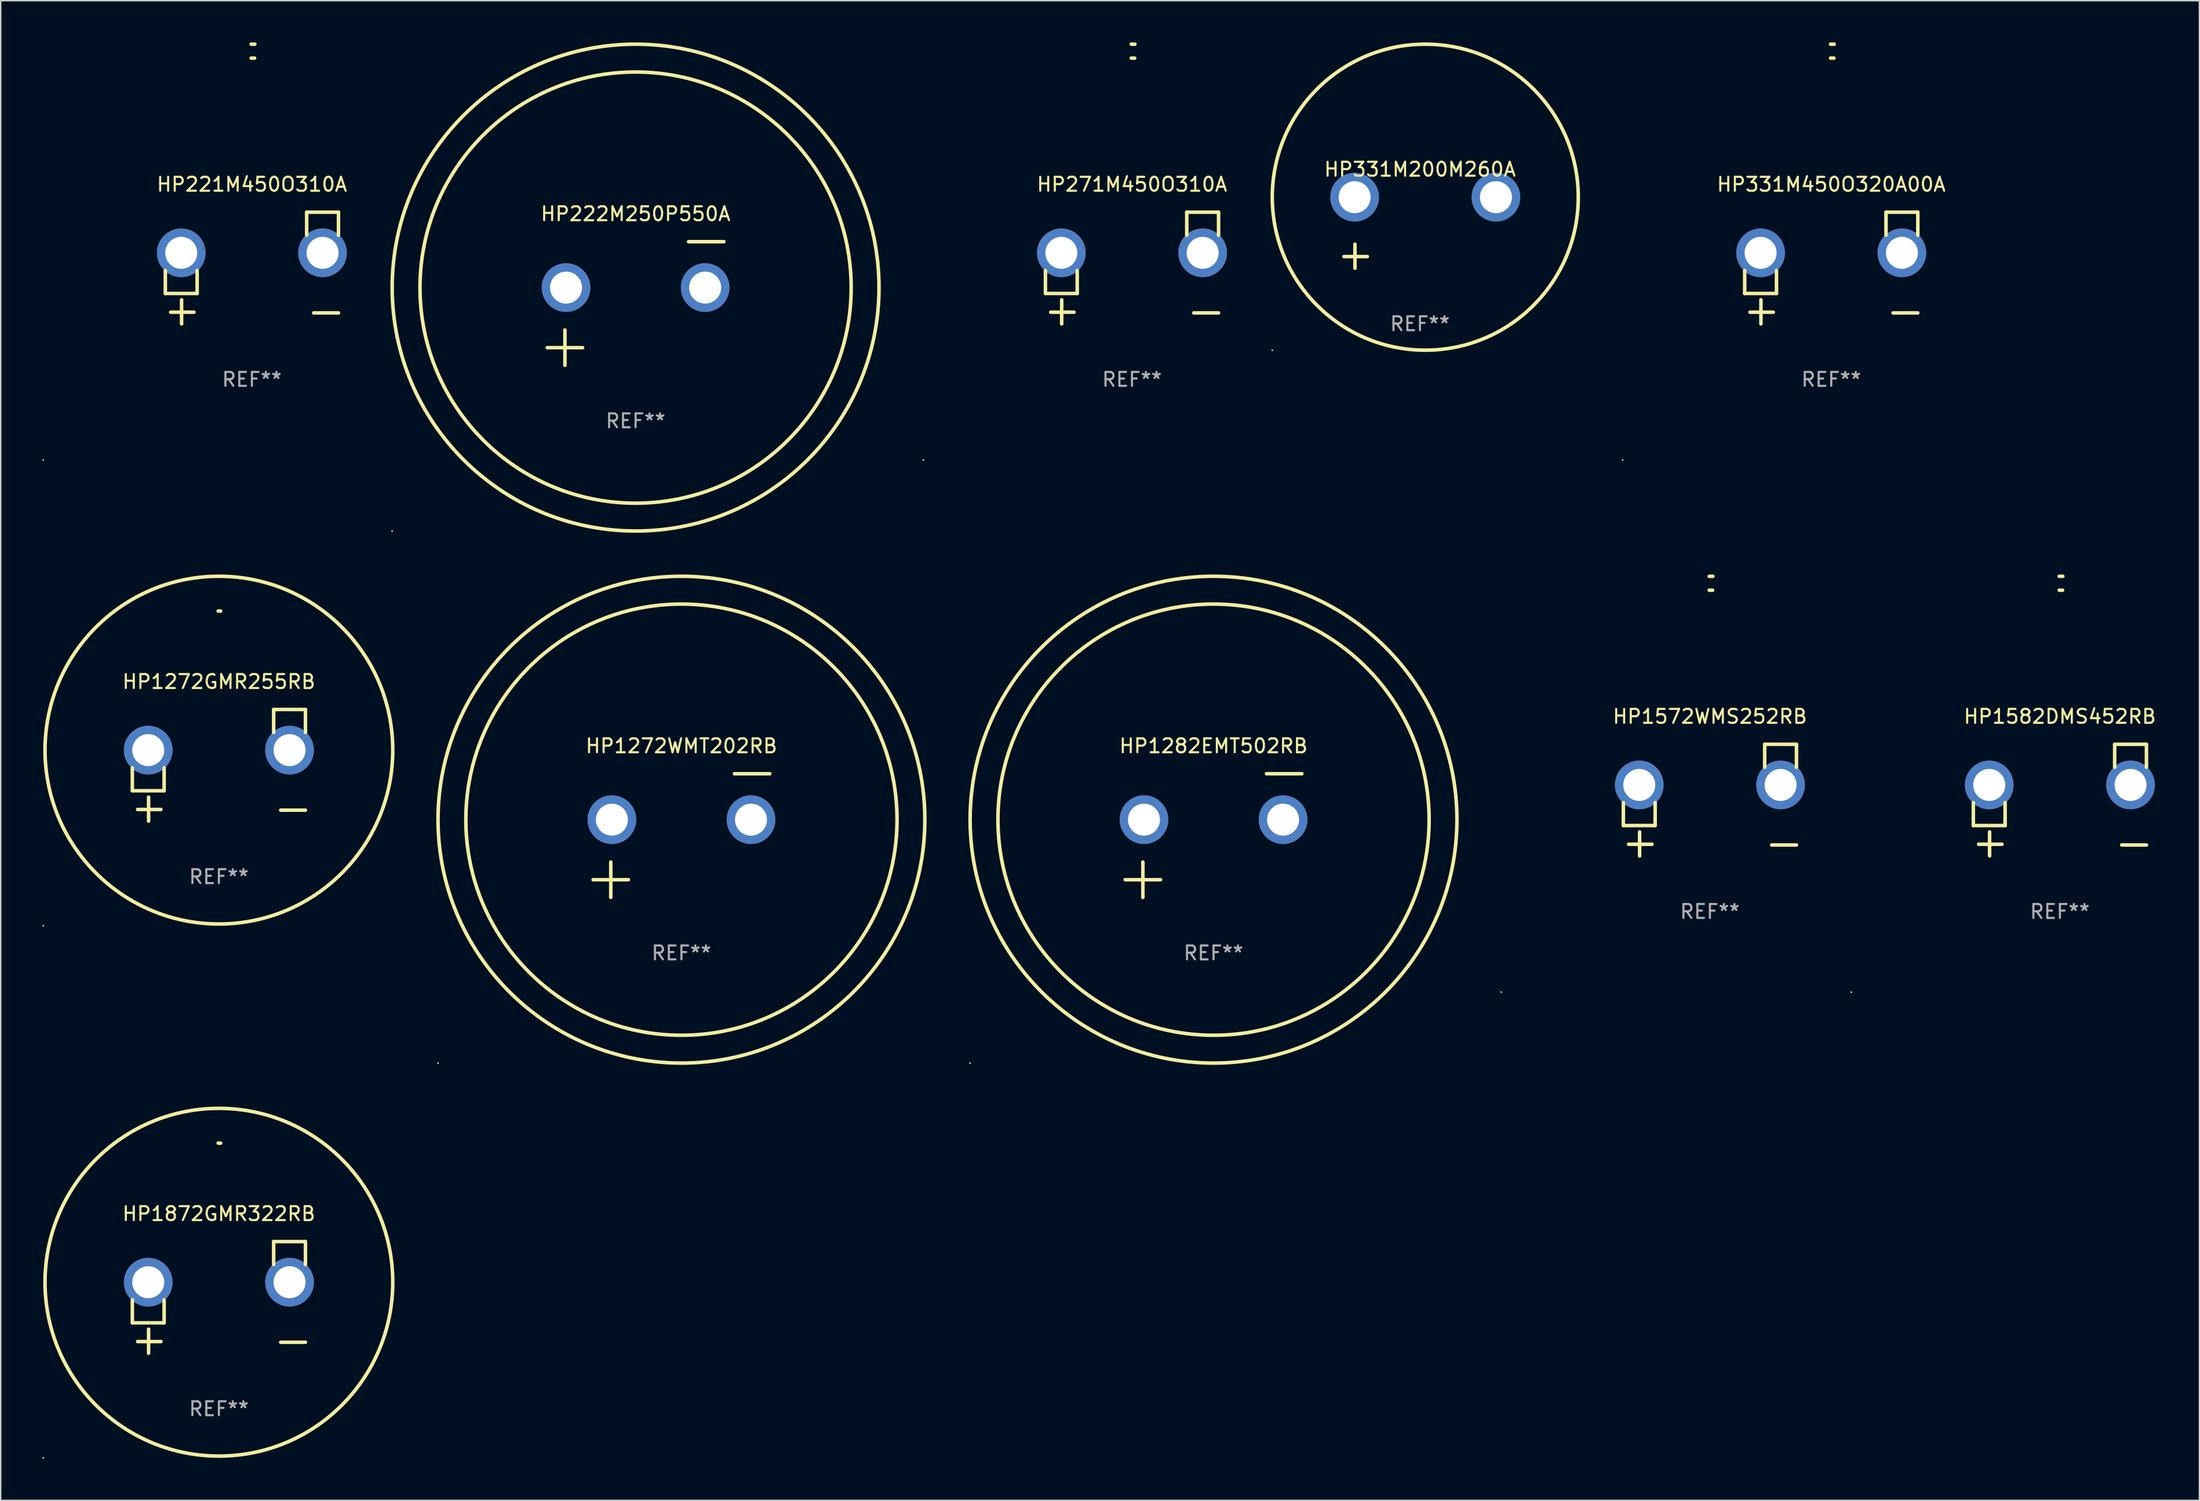
<source format=kicad_pcb>
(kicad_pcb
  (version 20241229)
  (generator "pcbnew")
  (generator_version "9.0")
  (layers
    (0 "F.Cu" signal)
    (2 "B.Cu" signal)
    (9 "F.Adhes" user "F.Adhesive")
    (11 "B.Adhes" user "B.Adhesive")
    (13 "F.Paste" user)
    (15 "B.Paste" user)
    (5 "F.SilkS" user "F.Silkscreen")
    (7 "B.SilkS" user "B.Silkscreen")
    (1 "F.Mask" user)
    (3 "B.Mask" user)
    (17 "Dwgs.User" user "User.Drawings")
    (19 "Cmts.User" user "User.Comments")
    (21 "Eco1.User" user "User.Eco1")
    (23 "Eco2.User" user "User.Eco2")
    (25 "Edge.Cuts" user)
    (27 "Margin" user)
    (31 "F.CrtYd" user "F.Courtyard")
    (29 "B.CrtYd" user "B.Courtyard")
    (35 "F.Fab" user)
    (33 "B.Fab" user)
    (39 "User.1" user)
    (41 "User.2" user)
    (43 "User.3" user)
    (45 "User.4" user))
  (footprint "HP221M450O310A"
    (layer "F.Cu")
    (at 15.06 16.22)
    (property "Reference" "HP221M450O310A" (at 0 -6.013 0) (layer "F.SilkS") (effects (font (size 1 1) (thickness 0.15))))
    (attr through_hole)
    (fp_line (start -6.223 0.178) (end -6.223 1.829) (stroke (width 0.254) (type solid)) (layer "F.SilkS"))
    (fp_line (start -6.223 1.829) (end -3.937 1.829) (stroke (width 0.254) (type solid)) (layer "F.SilkS"))
    (fp_line (start -5.055 4.013) (end -5.055 2.286) (stroke (width 0.254) (type solid)) (layer "F.SilkS"))
    (fp_line (start -4.166 3.175) (end -5.842 3.175) (stroke (width 0.254) (type solid)) (layer "F.SilkS"))
    (fp_line (start -3.937 1.829) (end -3.937 0.178) (stroke (width 0.254) (type solid)) (layer "F.SilkS"))
    (fp_line (start 3.937 -4.013) (end 3.937 -2.362) (stroke (width 0.254) (type solid)) (layer "F.SilkS"))
    (fp_line (start 6.223 -4.013) (end 3.937 -4.013) (stroke (width 0.254) (type solid)) (layer "F.SilkS"))
    (fp_line (start 6.223 -2.362) (end 6.223 -4.013) (stroke (width 0.254) (type solid)) (layer "F.SilkS"))
    (fp_line (start 6.223 3.226) (end 4.445 3.226) (stroke (width 0.254) (type solid)) (layer "F.SilkS"))
    (fp_arc (start -0.0508 -16.093472) (mid 0.080016 -16.092762) (end 0.210821 -16.090932) (stroke (width 0.254001) (type solid)) (layer "F.SilkS"))
    (fp_arc (start -0.0508 -15.09271) (mid 0.071125 -15.091961) (end 0.19304 -15.09017) (stroke (width 0.254001) (type solid)) (layer "F.SilkS"))
    (fp_circle (center -15 13.808) (end -14.97 13.808) (stroke (width 0.06) (type solid)) (fill no) (layer "F.SilkS"))
    (fp_text user "REF**" (at 0 8.013 0) (layer "F.Fab") (effects (font (size 1 1) (thickness 0.15))))
    (pad "1" thru_hole circle (at -5.08 -1.092) (size 3.5 3.5) (drill 2.3) (layers "*.Cu" "*.Mask"))
    (pad "2" thru_hole circle (at 5.08 -1.092) (size 3.5 3.5) (drill 2.3) (layers "*.Cu" "*.Mask")))
  (footprint "HP331M450O320A00A"
    (layer "F.Cu")
    (at 128.605 16.22)
    (property "Reference" "HP331M450O320A00A" (at 0 -6.013 0) (layer "F.SilkS") (effects (font (size 1 1) (thickness 0.15))))
    (attr through_hole)
    (fp_line (start -6.223 0.178) (end -6.223 1.829) (stroke (width 0.254) (type solid)) (layer "F.SilkS"))
    (fp_line (start -6.223 1.829) (end -3.937 1.829) (stroke (width 0.254) (type solid)) (layer "F.SilkS"))
    (fp_line (start -5.055 4.013) (end -5.055 2.286) (stroke (width 0.254) (type solid)) (layer "F.SilkS"))
    (fp_line (start -4.166 3.175) (end -5.842 3.175) (stroke (width 0.254) (type solid)) (layer "F.SilkS"))
    (fp_line (start -3.937 1.829) (end -3.937 0.178) (stroke (width 0.254) (type solid)) (layer "F.SilkS"))
    (fp_line (start 3.937 -4.013) (end 3.937 -2.362) (stroke (width 0.254) (type solid)) (layer "F.SilkS"))
    (fp_line (start 6.223 -4.013) (end 3.937 -4.013) (stroke (width 0.254) (type solid)) (layer "F.SilkS"))
    (fp_line (start 6.223 -2.362) (end 6.223 -4.013) (stroke (width 0.254) (type solid)) (layer "F.SilkS"))
    (fp_line (start 6.223 3.226) (end 4.445 3.226) (stroke (width 0.254) (type solid)) (layer "F.SilkS"))
    (fp_arc (start -0.0508 -16.093472) (mid 0.080016 -16.092762) (end 0.210821 -16.090932) (stroke (width 0.254001) (type solid)) (layer "F.SilkS"))
    (fp_arc (start -0.0508 -15.09271) (mid 0.071125 -15.091961) (end 0.19304 -15.09017) (stroke (width 0.254001) (type solid)) (layer "F.SilkS"))
    (fp_circle (center -15 13.808) (end -14.97 13.808) (stroke (width 0.06) (type solid)) (fill no) (layer "F.SilkS"))
    (fp_text user "REF**" (at 0 8.013 0) (layer "F.Fab") (effects (font (size 1 1) (thickness 0.15))))
    (pad "1" thru_hole circle (at -5.08 -1.092) (size 3.5 3.5) (drill 2.3) (layers "*.Cu" "*.Mask"))
    (pad "2" thru_hole circle (at 5.08 -1.092) (size 3.5 3.5) (drill 2.3) (layers "*.Cu" "*.Mask")))
  (footprint "HP1272WMT202RB"
    (layer "F.Cu")
    (at 45.941 57.024)
    (property "Reference" "HP1272WMT202RB" (at 0 -6.445 0) (layer "F.SilkS") (effects (font (size 1 1) (thickness 0.15))))
    (attr through_hole)
    (fp_line (start -6.35 3.175) (end -3.81 3.175) (stroke (width 0.254) (type solid)) (layer "F.SilkS"))
    (fp_line (start -5.08 1.905) (end -5.08 4.445) (stroke (width 0.254) (type solid)) (layer "F.SilkS"))
    (fp_line (start 3.81 -4.445) (end 6.35 -4.445) (stroke (width 0.254) (type solid)) (layer "F.SilkS"))
    (fp_circle (center -17.505 16.362) (end -17.475 16.362) (stroke (width 0.06) (type solid)) (fill no) (layer "F.SilkS"))
    (fp_circle (center 0 -1.143) (end 15.5 -1.143) (stroke (width 0.254) (type solid)) (fill no) (layer "F.SilkS"))
    (fp_circle (center 0 -1.143) (end 17.5 -1.143) (stroke (width 0.254) (type solid)) (fill no) (layer "F.SilkS"))
    (fp_text user "REF**" (at 0 8.445 0) (layer "F.Fab") (effects (font (size 1 1) (thickness 0.15))))
    (pad "1" thru_hole circle (at -5 -1.143) (size 3.5 3.5) (drill 2.3) (layers "*.Cu" "*.Mask"))
    (pad "2" thru_hole circle (at 5 -1.143) (size 3.5 3.5) (drill 2.3) (layers "*.Cu" "*.Mask")))
  (footprint "HP1272GMR255RB"
    (layer "F.Cu")
    (at 12.687 51.973)
    (property "Reference" "HP1272GMR255RB" (at 0 -6.013 0) (layer "F.SilkS") (effects (font (size 1 1) (thickness 0.15))))
    (attr through_hole)
    (fp_line (start -6.223 0.178) (end -6.223 1.829) (stroke (width 0.254) (type solid)) (layer "F.SilkS"))
    (fp_line (start -6.223 1.829) (end -3.937 1.829) (stroke (width 0.254) (type solid)) (layer "F.SilkS"))
    (fp_line (start -5.055 4.013) (end -5.055 2.286) (stroke (width 0.254) (type solid)) (layer "F.SilkS"))
    (fp_line (start -4.166 3.175) (end -5.842 3.175) (stroke (width 0.254) (type solid)) (layer "F.SilkS"))
    (fp_line (start -3.937 1.829) (end -3.937 0.178) (stroke (width 0.254) (type solid)) (layer "F.SilkS"))
    (fp_line (start 3.937 -4.013) (end 3.937 -2.362) (stroke (width 0.254) (type solid)) (layer "F.SilkS"))
    (fp_line (start 6.223 -4.013) (end 3.937 -4.013) (stroke (width 0.254) (type solid)) (layer "F.SilkS"))
    (fp_line (start 6.223 -2.362) (end 6.223 -4.013) (stroke (width 0.254) (type solid)) (layer "F.SilkS"))
    (fp_line (start 6.223 3.226) (end 4.445 3.226) (stroke (width 0.254) (type solid)) (layer "F.SilkS"))
    (fp_arc (start -0.0508 -11.092202) (mid 0.036835 -11.091307) (end 0.12446 -11.089662) (stroke (width 0.254001) (type solid)) (layer "F.SilkS"))
    (fp_circle (center -12.627 11.535) (end -12.597 11.535) (stroke (width 0.06) (type solid)) (fill no) (layer "F.SilkS"))
    (fp_circle (center 0 -1.092) (end 12.5 -1.092) (stroke (width 0.254) (type solid)) (fill no) (layer "F.SilkS"))
    (fp_text user "REF**" (at 0 8.013 0) (layer "F.Fab") (effects (font (size 1 1) (thickness 0.15))))
    (pad "1" thru_hole circle (at -5.08 -1.092) (size 3.5 3.5) (drill 2.3) (layers "*.Cu" "*.Mask"))
    (pad "2" thru_hole circle (at 5.08 -1.092) (size 3.5 3.5) (drill 2.3) (layers "*.Cu" "*.Mask")))
  (footprint "HP1282EMT502RB"
    (layer "F.Cu")
    (at 84.195 57.024)
    (property "Reference" "HP1282EMT502RB" (at 0 -6.445 0) (layer "F.SilkS") (effects (font (size 1 1) (thickness 0.15))))
    (attr through_hole)
    (fp_line (start -6.35 3.175) (end -3.81 3.175) (stroke (width 0.254) (type solid)) (layer "F.SilkS"))
    (fp_line (start -5.08 1.905) (end -5.08 4.445) (stroke (width 0.254) (type solid)) (layer "F.SilkS"))
    (fp_line (start 3.81 -4.445) (end 6.35 -4.445) (stroke (width 0.254) (type solid)) (layer "F.SilkS"))
    (fp_circle (center -17.505 16.362) (end -17.475 16.362) (stroke (width 0.06) (type solid)) (fill no) (layer "F.SilkS"))
    (fp_circle (center 0 -1.143) (end 15.5 -1.143) (stroke (width 0.254) (type solid)) (fill no) (layer "F.SilkS"))
    (fp_circle (center 0 -1.143) (end 17.5 -1.143) (stroke (width 0.254) (type solid)) (fill no) (layer "F.SilkS"))
    (fp_text user "REF**" (at 0 8.445 0) (layer "F.Fab") (effects (font (size 1 1) (thickness 0.15))))
    (pad "1" thru_hole circle (at -5 -1.143) (size 3.5 3.5) (drill 2.3) (layers "*.Cu" "*.Mask"))
    (pad "2" thru_hole circle (at 5 -1.143) (size 3.5 3.5) (drill 2.3) (layers "*.Cu" "*.Mask")))
  (footprint "HP222M250P550A"
    (layer "F.Cu")
    (at 42.645 18.77)
    (property "Reference" "HP222M250P550A" (at 0 -6.445 0) (layer "F.SilkS") (effects (font (size 1 1) (thickness 0.15))))
    (attr through_hole)
    (fp_line (start -6.35 3.175) (end -3.81 3.175) (stroke (width 0.254) (type solid)) (layer "F.SilkS"))
    (fp_line (start -5.08 1.905) (end -5.08 4.445) (stroke (width 0.254) (type solid)) (layer "F.SilkS"))
    (fp_line (start 3.81 -4.445) (end 6.35 -4.445) (stroke (width 0.254) (type solid)) (layer "F.SilkS"))
    (fp_circle (center -17.505 16.362) (end -17.475 16.362) (stroke (width 0.06) (type solid)) (fill no) (layer "F.SilkS"))
    (fp_circle (center 0 -1.143) (end 15.5 -1.143) (stroke (width 0.254) (type solid)) (fill no) (layer "F.SilkS"))
    (fp_circle (center 0 -1.143) (end 17.5 -1.143) (stroke (width 0.254) (type solid)) (fill no) (layer "F.SilkS"))
    (fp_text user "REF**" (at 0 8.445 0) (layer "F.Fab") (effects (font (size 1 1) (thickness 0.15))))
    (pad "1" thru_hole circle (at -5 -1.143) (size 3.5 3.5) (drill 2.3) (layers "*.Cu" "*.Mask"))
    (pad "2" thru_hole circle (at 5 -1.143) (size 3.5 3.5) (drill 2.3) (layers "*.Cu" "*.Mask")))
  (footprint "HP271M450O310A"
    (layer "F.Cu")
    (at 78.333 16.22)
    (property "Reference" "HP271M450O310A" (at 0 -6.013 0) (layer "F.SilkS") (effects (font (size 1 1) (thickness 0.15))))
    (attr through_hole)
    (fp_line (start -6.223 0.178) (end -6.223 1.829) (stroke (width 0.254) (type solid)) (layer "F.SilkS"))
    (fp_line (start -6.223 1.829) (end -3.937 1.829) (stroke (width 0.254) (type solid)) (layer "F.SilkS"))
    (fp_line (start -5.055 4.013) (end -5.055 2.286) (stroke (width 0.254) (type solid)) (layer "F.SilkS"))
    (fp_line (start -4.166 3.175) (end -5.842 3.175) (stroke (width 0.254) (type solid)) (layer "F.SilkS"))
    (fp_line (start -3.937 1.829) (end -3.937 0.178) (stroke (width 0.254) (type solid)) (layer "F.SilkS"))
    (fp_line (start 3.937 -4.013) (end 3.937 -2.362) (stroke (width 0.254) (type solid)) (layer "F.SilkS"))
    (fp_line (start 6.223 -4.013) (end 3.937 -4.013) (stroke (width 0.254) (type solid)) (layer "F.SilkS"))
    (fp_line (start 6.223 -2.362) (end 6.223 -4.013) (stroke (width 0.254) (type solid)) (layer "F.SilkS"))
    (fp_line (start 6.223 3.226) (end 4.445 3.226) (stroke (width 0.254) (type solid)) (layer "F.SilkS"))
    (fp_arc (start -0.0508 -16.093472) (mid 0.080016 -16.092762) (end 0.210821 -16.090932) (stroke (width 0.254001) (type solid)) (layer "F.SilkS"))
    (fp_arc (start -0.0508 -15.09271) (mid 0.071125 -15.091961) (end 0.19304 -15.09017) (stroke (width 0.254001) (type solid)) (layer "F.SilkS"))
    (fp_circle (center -15 13.808) (end -14.97 13.808) (stroke (width 0.06) (type solid)) (fill no) (layer "F.SilkS"))
    (fp_text user "REF**" (at 0 8.013 0) (layer "F.Fab") (effects (font (size 1 1) (thickness 0.15))))
    (pad "1" thru_hole circle (at -5.08 -1.092) (size 3.5 3.5) (drill 2.3) (layers "*.Cu" "*.Mask"))
    (pad "2" thru_hole circle (at 5.08 -1.092) (size 3.5 3.5) (drill 2.3) (layers "*.Cu" "*.Mask")))
  (footprint "HP1872GMR322RB"
    (layer "F.Cu")
    (at 12.687 90.228)
    (property "Reference" "HP1872GMR322RB" (at 0 -6.013 0) (layer "F.SilkS") (effects (font (size 1 1) (thickness 0.15))))
    (attr through_hole)
    (fp_line (start -6.223 0.178) (end -6.223 1.829) (stroke (width 0.254) (type solid)) (layer "F.SilkS"))
    (fp_line (start -6.223 1.829) (end -3.937 1.829) (stroke (width 0.254) (type solid)) (layer "F.SilkS"))
    (fp_line (start -5.055 4.013) (end -5.055 2.286) (stroke (width 0.254) (type solid)) (layer "F.SilkS"))
    (fp_line (start -4.166 3.175) (end -5.842 3.175) (stroke (width 0.254) (type solid)) (layer "F.SilkS"))
    (fp_line (start -3.937 1.829) (end -3.937 0.178) (stroke (width 0.254) (type solid)) (layer "F.SilkS"))
    (fp_line (start 3.937 -4.013) (end 3.937 -2.362) (stroke (width 0.254) (type solid)) (layer "F.SilkS"))
    (fp_line (start 6.223 -4.013) (end 3.937 -4.013) (stroke (width 0.254) (type solid)) (layer "F.SilkS"))
    (fp_line (start 6.223 -2.362) (end 6.223 -4.013) (stroke (width 0.254) (type solid)) (layer "F.SilkS"))
    (fp_line (start 6.223 3.226) (end 4.445 3.226) (stroke (width 0.254) (type solid)) (layer "F.SilkS"))
    (fp_arc (start -0.0508 -11.092202) (mid 0.036835 -11.091307) (end 0.12446 -11.089662) (stroke (width 0.254001) (type solid)) (layer "F.SilkS"))
    (fp_circle (center -12.627 11.535) (end -12.597 11.535) (stroke (width 0.06) (type solid)) (fill no) (layer "F.SilkS"))
    (fp_circle (center 0 -1.092) (end 12.5 -1.092) (stroke (width 0.254) (type solid)) (fill no) (layer "F.SilkS"))
    (fp_text user "REF**" (at 0 8.013 0) (layer "F.Fab") (effects (font (size 1 1) (thickness 0.15))))
    (pad "1" thru_hole circle (at -5.08 -1.092) (size 3.5 3.5) (drill 2.3) (layers "*.Cu" "*.Mask"))
    (pad "2" thru_hole circle (at 5.08 -1.092) (size 3.5 3.5) (drill 2.3) (layers "*.Cu" "*.Mask")))
  (footprint "HP1572WMS252RB"
    (layer "F.Cu")
    (at 119.882 54.475)
    (property "Reference" "HP1572WMS252RB" (at 0 -6.013 0) (layer "F.SilkS") (effects (font (size 1 1) (thickness 0.15))))
    (attr through_hole)
    (fp_line (start -6.223 0.178) (end -6.223 1.829) (stroke (width 0.254) (type solid)) (layer "F.SilkS"))
    (fp_line (start -6.223 1.829) (end -3.937 1.829) (stroke (width 0.254) (type solid)) (layer "F.SilkS"))
    (fp_line (start -5.055 4.013) (end -5.055 2.286) (stroke (width 0.254) (type solid)) (layer "F.SilkS"))
    (fp_line (start -4.166 3.175) (end -5.842 3.175) (stroke (width 0.254) (type solid)) (layer "F.SilkS"))
    (fp_line (start -3.937 1.829) (end -3.937 0.178) (stroke (width 0.254) (type solid)) (layer "F.SilkS"))
    (fp_line (start 3.937 -4.013) (end 3.937 -2.362) (stroke (width 0.254) (type solid)) (layer "F.SilkS"))
    (fp_line (start 6.223 -4.013) (end 3.937 -4.013) (stroke (width 0.254) (type solid)) (layer "F.SilkS"))
    (fp_line (start 6.223 -2.362) (end 6.223 -4.013) (stroke (width 0.254) (type solid)) (layer "F.SilkS"))
    (fp_line (start 6.223 3.226) (end 4.445 3.226) (stroke (width 0.254) (type solid)) (layer "F.SilkS"))
    (fp_arc (start -0.0508 -16.093472) (mid 0.080016 -16.092762) (end 0.210821 -16.090932) (stroke (width 0.254001) (type solid)) (layer "F.SilkS"))
    (fp_arc (start -0.0508 -15.09271) (mid 0.071125 -15.091961) (end 0.19304 -15.09017) (stroke (width 0.254001) (type solid)) (layer "F.SilkS"))
    (fp_circle (center -15 13.808) (end -14.97 13.808) (stroke (width 0.06) (type solid)) (fill no) (layer "F.SilkS"))
    (fp_text user "REF**" (at 0 8.013 0) (layer "F.Fab") (effects (font (size 1 1) (thickness 0.15))))
    (pad "1" thru_hole circle (at -5.08 -1.092) (size 3.5 3.5) (drill 2.3) (layers "*.Cu" "*.Mask"))
    (pad "2" thru_hole circle (at 5.08 -1.092) (size 3.5 3.5) (drill 2.3) (layers "*.Cu" "*.Mask")))
  (footprint "HP1582DMS452RB"
    (layer "F.Cu")
    (at 145.043 54.475)
    (property "Reference" "HP1582DMS452RB" (at 0 -6.013 0) (layer "F.SilkS") (effects (font (size 1 1) (thickness 0.15))))
    (attr through_hole)
    (fp_line (start -6.223 0.178) (end -6.223 1.829) (stroke (width 0.254) (type solid)) (layer "F.SilkS"))
    (fp_line (start -6.223 1.829) (end -3.937 1.829) (stroke (width 0.254) (type solid)) (layer "F.SilkS"))
    (fp_line (start -5.055 4.013) (end -5.055 2.286) (stroke (width 0.254) (type solid)) (layer "F.SilkS"))
    (fp_line (start -4.166 3.175) (end -5.842 3.175) (stroke (width 0.254) (type solid)) (layer "F.SilkS"))
    (fp_line (start -3.937 1.829) (end -3.937 0.178) (stroke (width 0.254) (type solid)) (layer "F.SilkS"))
    (fp_line (start 3.937 -4.013) (end 3.937 -2.362) (stroke (width 0.254) (type solid)) (layer "F.SilkS"))
    (fp_line (start 6.223 -4.013) (end 3.937 -4.013) (stroke (width 0.254) (type solid)) (layer "F.SilkS"))
    (fp_line (start 6.223 -2.362) (end 6.223 -4.013) (stroke (width 0.254) (type solid)) (layer "F.SilkS"))
    (fp_line (start 6.223 3.226) (end 4.445 3.226) (stroke (width 0.254) (type solid)) (layer "F.SilkS"))
    (fp_arc (start -0.0508 -16.093472) (mid 0.080016 -16.092762) (end 0.210821 -16.090932) (stroke (width 0.254001) (type solid)) (layer "F.SilkS"))
    (fp_arc (start -0.0508 -15.09271) (mid 0.071125 -15.091961) (end 0.19304 -15.09017) (stroke (width 0.254001) (type solid)) (layer "F.SilkS"))
    (fp_circle (center -15 13.808) (end -14.97 13.808) (stroke (width 0.06) (type solid)) (fill no) (layer "F.SilkS"))
    (fp_text user "REF**" (at 0 8.013 0) (layer "F.Fab") (effects (font (size 1 1) (thickness 0.15))))
    (pad "1" thru_hole circle (at -5.08 -1.092) (size 3.5 3.5) (drill 2.3) (layers "*.Cu" "*.Mask"))
    (pad "2" thru_hole circle (at 5.08 -1.092) (size 3.5 3.5) (drill 2.3) (layers "*.Cu" "*.Mask")))
  (footprint "HP331M200M260A"
    (layer "F.Cu")
    (at 99.037 13.68)
    (property "Reference" "HP331M200M260A" (at 0 -4.553 0) (layer "F.SilkS") (effects (font (size 1 1) (thickness 0.15))))
    (attr through_hole)
    (fp_line (start -4.674 2.553) (end -4.674 0.826) (stroke (width 0.254) (type solid)) (layer "F.SilkS"))
    (fp_line (start -3.785 1.715) (end -5.461 1.715) (stroke (width 0.254) (type solid)) (layer "F.SilkS"))
    (fp_circle (center -10.619 8.447) (end -10.589 8.447) (stroke (width 0.06) (type solid)) (fill no) (layer "F.SilkS"))
    (fp_circle (center 0.381 -2.553) (end 11.381 -2.553) (stroke (width 0.254) (type solid)) (fill no) (layer "F.SilkS"))
    (fp_text user "REF**" (at 0 6.553 0) (layer "F.Fab") (effects (font (size 1 1) (thickness 0.15))))
    (pad "1" thru_hole circle (at -4.699 -2.553) (size 3.5 3.5) (drill 2.3) (layers "*.Cu" "*.Mask"))
    (pad "2" thru_hole circle (at 5.461 -2.553) (size 3.5 3.5) (drill 2.3) (layers "*.Cu" "*.Mask")))
  (gr_rect
    (start -3 -3)
    (end 155.073 104.822)
    (stroke (width 0.1) (type default))
    (fill no)
    (layer "Edge.Cuts")))
</source>
